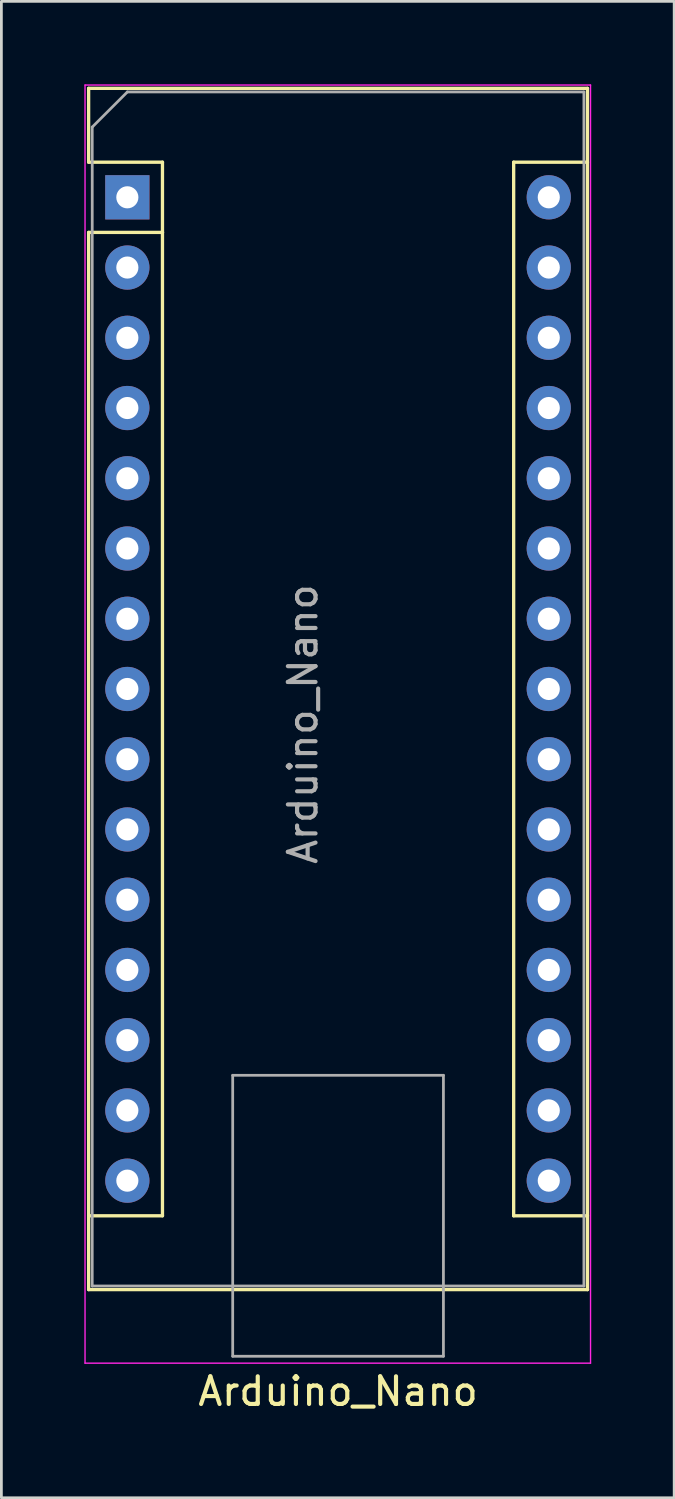
<source format=kicad_pcb>
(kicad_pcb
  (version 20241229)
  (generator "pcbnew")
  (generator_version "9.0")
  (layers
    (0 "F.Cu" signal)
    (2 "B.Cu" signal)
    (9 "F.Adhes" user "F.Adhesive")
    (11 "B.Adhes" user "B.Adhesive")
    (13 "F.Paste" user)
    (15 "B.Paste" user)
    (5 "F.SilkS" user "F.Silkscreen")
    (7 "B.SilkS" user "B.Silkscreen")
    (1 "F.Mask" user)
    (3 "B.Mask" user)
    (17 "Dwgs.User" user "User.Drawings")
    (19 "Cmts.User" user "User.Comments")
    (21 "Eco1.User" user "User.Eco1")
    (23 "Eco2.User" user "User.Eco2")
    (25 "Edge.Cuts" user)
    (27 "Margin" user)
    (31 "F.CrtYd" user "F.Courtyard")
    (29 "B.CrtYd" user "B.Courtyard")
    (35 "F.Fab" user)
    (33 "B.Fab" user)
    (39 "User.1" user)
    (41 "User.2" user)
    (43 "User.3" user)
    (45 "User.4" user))
  (footprint "Arduino_Nano"
    (layer "F.Cu")
    (at 1.555 4.085)
    (property "Reference" "Arduino_Nano" (at 7.62 43.18 0) (layer "F.SilkS") (effects (font (size 1 1) (thickness 0.15))))
    (attr through_hole)
    (fp_line (start -1.4 -3.94) (end -1.4 -1.27) (stroke (width 0.12) (type solid)) (layer "F.SilkS"))
    (fp_line (start -1.4 1.27) (end -1.4 39.5) (stroke (width 0.12) (type solid)) (layer "F.SilkS"))
    (fp_line (start -1.4 39.5) (end 16.64 39.5) (stroke (width 0.12) (type solid)) (layer "F.SilkS"))
    (fp_line (start 1.27 -1.27) (end -1.4 -1.27) (stroke (width 0.12) (type solid)) (layer "F.SilkS"))
    (fp_line (start 1.27 1.27) (end -1.4 1.27) (stroke (width 0.12) (type solid)) (layer "F.SilkS"))
    (fp_line (start 1.27 1.27) (end 1.27 -1.27) (stroke (width 0.12) (type solid)) (layer "F.SilkS"))
    (fp_line (start 1.27 1.27) (end 1.27 36.83) (stroke (width 0.12) (type solid)) (layer "F.SilkS"))
    (fp_line (start 1.27 36.83) (end -1.4 36.83) (stroke (width 0.12) (type solid)) (layer "F.SilkS"))
    (fp_line (start 13.97 -1.27) (end 13.97 36.83) (stroke (width 0.12) (type solid)) (layer "F.SilkS"))
    (fp_line (start 13.97 -1.27) (end 16.64 -1.27) (stroke (width 0.12) (type solid)) (layer "F.SilkS"))
    (fp_line (start 13.97 36.83) (end 16.64 36.83) (stroke (width 0.12) (type solid)) (layer "F.SilkS"))
    (fp_line (start 16.64 -3.94) (end -1.4 -3.94) (stroke (width 0.12) (type solid)) (layer "F.SilkS"))
    (fp_line (start 16.64 39.5) (end 16.64 -3.94) (stroke (width 0.12) (type solid)) (layer "F.SilkS"))
    (fp_line (start -1.53 -4.06) (end -1.53 42.16) (stroke (width 0.05) (type solid)) (layer "F.CrtYd"))
    (fp_line (start -1.53 -4.06) (end 16.75 -4.06) (stroke (width 0.05) (type solid)) (layer "F.CrtYd"))
    (fp_line (start 16.75 42.16) (end -1.53 42.16) (stroke (width 0.05) (type solid)) (layer "F.CrtYd"))
    (fp_line (start 16.75 42.16) (end 16.75 -4.06) (stroke (width 0.05) (type solid)) (layer "F.CrtYd"))
    (fp_line (start -1.27 -2.54) (end 0 -3.81) (stroke (width 0.1) (type solid)) (layer "F.Fab"))
    (fp_line (start -1.27 39.37) (end -1.27 -2.54) (stroke (width 0.1) (type solid)) (layer "F.Fab"))
    (fp_line (start 0 -3.81) (end 16.51 -3.81) (stroke (width 0.1) (type solid)) (layer "F.Fab"))
    (fp_line (start 3.81 31.75) (end 11.43 31.75) (stroke (width 0.1) (type solid)) (layer "F.Fab"))
    (fp_line (start 3.81 41.91) (end 3.81 31.75) (stroke (width 0.1) (type solid)) (layer "F.Fab"))
    (fp_line (start 11.43 31.75) (end 11.43 41.91) (stroke (width 0.1) (type solid)) (layer "F.Fab"))
    (fp_line (start 11.43 41.91) (end 3.81 41.91) (stroke (width 0.1) (type solid)) (layer "F.Fab"))
    (fp_line (start 16.51 -3.81) (end 16.51 39.37) (stroke (width 0.1) (type solid)) (layer "F.Fab"))
    (fp_line (start 16.51 39.37) (end -1.27 39.37) (stroke (width 0.1) (type solid)) (layer "F.Fab"))
    (fp_text user "${REFERENCE}" (at 6.35 19.05 90) (layer "F.Fab") (effects (font (size 1 1) (thickness 0.15))))
    (pad "1" thru_hole rect (at 0 0) (size 1.6 1.6) (drill 0.8) (layers "*.Cu" "*.Mask"))
    (pad "2" thru_hole oval (at 0 2.54) (size 1.6 1.6) (drill 0.8) (layers "*.Cu" "*.Mask"))
    (pad "3" thru_hole oval (at 0 5.08) (size 1.6 1.6) (drill 0.8) (layers "*.Cu" "*.Mask"))
    (pad "4" thru_hole oval (at 0 7.62) (size 1.6 1.6) (drill 0.8) (layers "*.Cu" "*.Mask"))
    (pad "5" thru_hole oval (at 0 10.16) (size 1.6 1.6) (drill 0.8) (layers "*.Cu" "*.Mask"))
    (pad "6" thru_hole oval (at 0 12.7) (size 1.6 1.6) (drill 0.8) (layers "*.Cu" "*.Mask"))
    (pad "7" thru_hole oval (at 0 15.24) (size 1.6 1.6) (drill 0.8) (layers "*.Cu" "*.Mask"))
    (pad "8" thru_hole oval (at 0 17.78) (size 1.6 1.6) (drill 0.8) (layers "*.Cu" "*.Mask"))
    (pad "9" thru_hole oval (at 0 20.32) (size 1.6 1.6) (drill 0.8) (layers "*.Cu" "*.Mask"))
    (pad "10" thru_hole oval (at 0 22.86) (size 1.6 1.6) (drill 0.8) (layers "*.Cu" "*.Mask"))
    (pad "11" thru_hole oval (at 0 25.4) (size 1.6 1.6) (drill 0.8) (layers "*.Cu" "*.Mask"))
    (pad "12" thru_hole oval (at 0 27.94) (size 1.6 1.6) (drill 0.8) (layers "*.Cu" "*.Mask"))
    (pad "13" thru_hole oval (at 0 30.48) (size 1.6 1.6) (drill 0.8) (layers "*.Cu" "*.Mask"))
    (pad "14" thru_hole oval (at 0 33.02) (size 1.6 1.6) (drill 0.8) (layers "*.Cu" "*.Mask"))
    (pad "15" thru_hole oval (at 0 35.56) (size 1.6 1.6) (drill 0.8) (layers "*.Cu" "*.Mask"))
    (pad "16" thru_hole oval (at 15.24 35.56) (size 1.6 1.6) (drill 0.8) (layers "*.Cu" "*.Mask"))
    (pad "17" thru_hole oval (at 15.24 33.02) (size 1.6 1.6) (drill 0.8) (layers "*.Cu" "*.Mask"))
    (pad "18" thru_hole oval (at 15.24 30.48) (size 1.6 1.6) (drill 0.8) (layers "*.Cu" "*.Mask"))
    (pad "19" thru_hole oval (at 15.24 27.94) (size 1.6 1.6) (drill 0.8) (layers "*.Cu" "*.Mask"))
    (pad "20" thru_hole oval (at 15.24 25.4) (size 1.6 1.6) (drill 0.8) (layers "*.Cu" "*.Mask"))
    (pad "21" thru_hole oval (at 15.24 22.86) (size 1.6 1.6) (drill 0.8) (layers "*.Cu" "*.Mask"))
    (pad "22" thru_hole oval (at 15.24 20.32) (size 1.6 1.6) (drill 0.8) (layers "*.Cu" "*.Mask"))
    (pad "23" thru_hole oval (at 15.24 17.78) (size 1.6 1.6) (drill 0.8) (layers "*.Cu" "*.Mask"))
    (pad "24" thru_hole oval (at 15.24 15.24) (size 1.6 1.6) (drill 0.8) (layers "*.Cu" "*.Mask"))
    (pad "25" thru_hole oval (at 15.24 12.7) (size 1.6 1.6) (drill 0.8) (layers "*.Cu" "*.Mask"))
    (pad "26" thru_hole oval (at 15.24 10.16) (size 1.6 1.6) (drill 0.8) (layers "*.Cu" "*.Mask"))
    (pad "27" thru_hole oval (at 15.24 7.62) (size 1.6 1.6) (drill 0.8) (layers "*.Cu" "*.Mask"))
    (pad "28" thru_hole oval (at 15.24 5.08) (size 1.6 1.6) (drill 0.8) (layers "*.Cu" "*.Mask"))
    (pad "29" thru_hole oval (at 15.24 2.54) (size 1.6 1.6) (drill 0.8) (layers "*.Cu" "*.Mask"))
    (pad "30" thru_hole oval (at 15.24 0) (size 1.6 1.6) (drill 0.8) (layers "*.Cu" "*.Mask")))
  (gr_rect
    (start -3 -3)
    (end 21.33 51.113)
    (stroke (width 0.1) (type default))
    (fill no)
    (layer "Edge.Cuts")))
</source>
